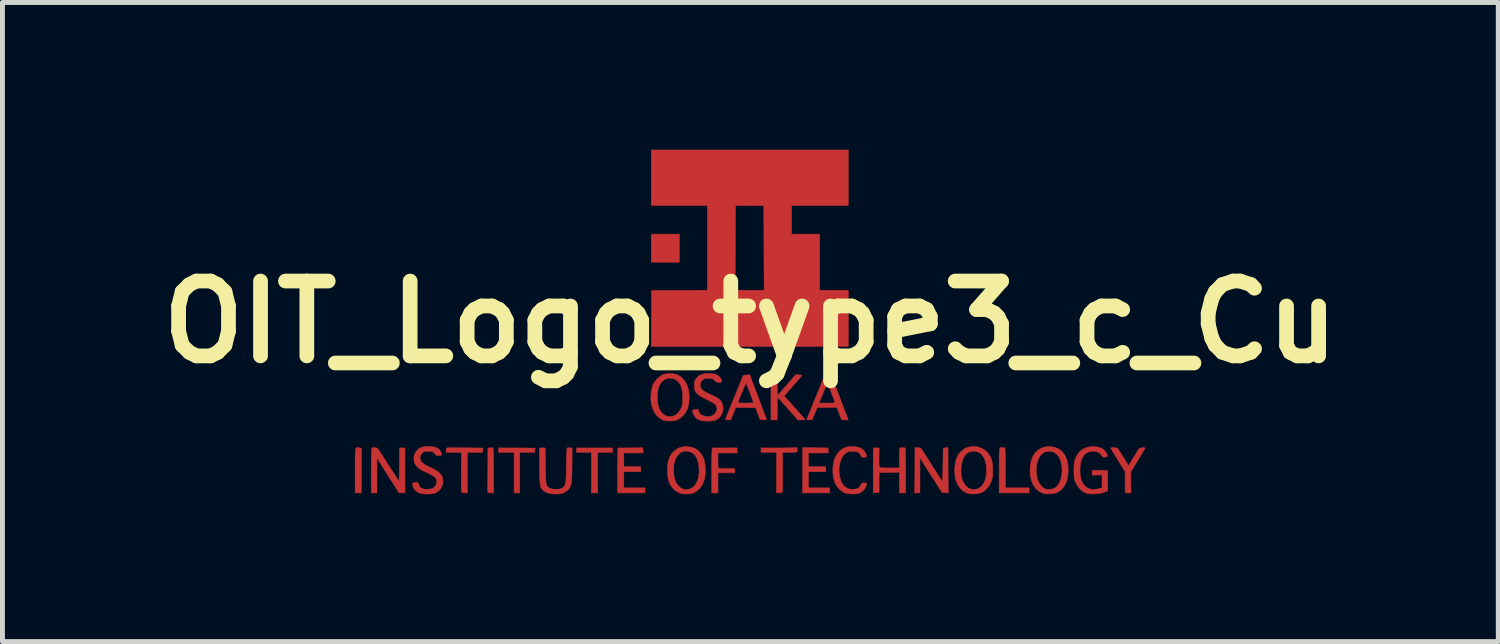
<source format=kicad_pcb>
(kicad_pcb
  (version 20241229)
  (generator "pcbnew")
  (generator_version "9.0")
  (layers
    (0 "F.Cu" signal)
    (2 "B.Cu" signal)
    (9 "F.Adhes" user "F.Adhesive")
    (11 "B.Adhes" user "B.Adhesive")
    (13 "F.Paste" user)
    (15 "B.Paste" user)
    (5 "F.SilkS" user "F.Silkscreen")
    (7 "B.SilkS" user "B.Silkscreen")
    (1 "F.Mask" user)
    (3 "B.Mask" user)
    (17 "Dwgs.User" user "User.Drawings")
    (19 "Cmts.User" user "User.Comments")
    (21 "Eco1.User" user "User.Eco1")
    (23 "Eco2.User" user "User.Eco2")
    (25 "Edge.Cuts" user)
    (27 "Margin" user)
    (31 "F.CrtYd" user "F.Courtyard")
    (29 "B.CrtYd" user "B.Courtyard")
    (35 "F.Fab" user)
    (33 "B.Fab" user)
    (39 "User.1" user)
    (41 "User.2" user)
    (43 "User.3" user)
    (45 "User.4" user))
  (footprint "OIT_Logo_type3_c_Cu"
    (layer "F.Cu")
    (at 12.236 3.51)
    (property "Reference" "OIT_Logo_type3_c_Cu" (at 0 0 0) (layer "F.SilkS") (effects (font (size 1.524 1.524) (thickness 0.3))))
    (attr through_hole)
    (fp_poly (pts (xy -1.448 -1.219) (xy -2.019 -1.219) (xy -2.019 -1.791) (xy -1.448 -1.791) (xy -1.448 -1.219)) (stroke (width 0.01) (type solid)) (fill yes) (layer "F.Cu"))
    (fp_poly (pts (xy -7.993 2.558) (xy -7.972 2.561) (xy -7.965 2.562) (xy -7.925 2.568) (xy -7.925 3.48) (xy -8.052 3.48) (xy -8.052 3.024) (xy -8.052 2.902) (xy -8.052 2.802) (xy -8.051 2.723) (xy -8.049 2.663) (xy -8.046 2.619) (xy -8.041 2.588) (xy -8.034 2.569) (xy -8.024 2.56) (xy -8.01 2.556) (xy -7.993 2.558)) (stroke (width 0.01) (type solid)) (fill yes) (layer "F.Cu"))
    (fp_poly (pts (xy -4.757 2.565) (xy -4.663 2.565) (xy -4.578 2.566) (xy -4.505 2.567) (xy -4.446 2.567) (xy -4.406 2.568) (xy -4.388 2.569) (xy -4.387 2.569) (xy -4.387 2.582) (xy -4.39 2.61) (xy -4.391 2.613) (xy -4.397 2.654) (xy -4.699 2.654) (xy -4.699 3.48) (xy -4.813 3.48) (xy -4.813 2.654) (xy -5.132 2.654) (xy -5.128 2.609) (xy -5.124 2.564) (xy -4.757 2.565)) (stroke (width 0.01) (type solid)) (fill yes) (layer "F.Cu"))
    (fp_poly (pts (xy -2.809 2.609) (xy -2.805 2.654) (xy -3.111 2.654) (xy -3.111 3.48) (xy -3.239 3.48) (xy -3.239 2.654) (xy -3.543 2.654) (xy -3.543 2.61) (xy -3.54 2.58) (xy -3.532 2.566) (xy -3.531 2.565) (xy -3.515 2.565) (xy -3.477 2.565) (xy -3.421 2.565) (xy -3.35 2.565) (xy -3.266 2.565) (xy -3.175 2.565) (xy -3.165 2.565) (xy -2.813 2.564) (xy -2.809 2.609)) (stroke (width 0.01) (type solid)) (fill yes) (layer "F.Cu"))
    (fp_poly (pts (xy -2.183 2.667) (xy -2.578 2.667) (xy -2.578 2.946) (xy -2.235 2.946) (xy -2.235 3.048) (xy -2.578 3.048) (xy -2.578 3.378) (xy -2.146 3.378) (xy -2.146 3.48) (xy -2.705 3.48) (xy -2.705 3.023) (xy -2.705 2.918) (xy -2.704 2.821) (xy -2.703 2.736) (xy -2.701 2.665) (xy -2.7 2.611) (xy -2.698 2.577) (xy -2.696 2.565) (xy -2.68 2.565) (xy -2.644 2.565) (xy -2.59 2.565) (xy -2.523 2.564) (xy -2.447 2.564) (xy -2.438 2.563) (xy -2.191 2.562) (xy -2.183 2.667)) (stroke (width 0.01) (type solid)) (fill yes) (layer "F.Cu"))
    (fp_poly (pts (xy 1.994 -2.375) (xy 0.838 -2.375) (xy 0.838 -1.791) (xy 1.41 -1.791) (xy 1.41 -0.648) (xy 1.994 -0.648) (xy 1.994 0.495) (xy -2.02 0.495) (xy -2.013 -0.641) (xy -0.922 -0.648) (xy -0.311 -0.648) (xy -0.016 -0.648) (xy 0.28 -0.648) (xy 0.276 -1.508) (xy 0.273 -2.369) (xy -0.016 -2.372) (xy -0.304 -2.375) (xy -0.308 -1.512) (xy -0.311 -0.648) (xy -0.922 -0.648) (xy -0.876 -0.648) (xy -0.876 -2.375) (xy -2.019 -2.375) (xy -2.019 -3.505) (xy 1.994 -3.505) (xy 1.994 -2.375)) (stroke (width 0.01) (type solid)) (fill yes) (layer "F.Cu"))
    (fp_poly (pts (xy 5.121 2.556) (xy 5.14 2.559) (xy 5.144 2.559) (xy 5.171 2.563) (xy 5.185 2.564) (xy 5.187 2.577) (xy 5.189 2.612) (xy 5.191 2.666) (xy 5.193 2.736) (xy 5.194 2.82) (xy 5.194 2.915) (xy 5.194 2.972) (xy 5.194 3.378) (xy 5.677 3.378) (xy 5.677 3.48) (xy 5.067 3.48) (xy 5.067 3.023) (xy 5.067 2.901) (xy 5.067 2.802) (xy 5.068 2.723) (xy 5.07 2.663) (xy 5.073 2.618) (xy 5.077 2.588) (xy 5.084 2.569) (xy 5.093 2.559) (xy 5.105 2.555) (xy 5.121 2.556)) (stroke (width 0.01) (type solid)) (fill yes) (layer "F.Cu"))
    (fp_poly (pts (xy -5.249 2.562) (xy -5.248 2.562) (xy -5.244 2.569) (xy -5.24 2.589) (xy -5.238 2.622) (xy -5.235 2.672) (xy -5.234 2.74) (xy -5.233 2.828) (xy -5.232 2.937) (xy -5.232 3.024) (xy -5.232 3.48) (xy -5.289 3.48) (xy -5.324 3.478) (xy -5.346 3.473) (xy -5.349 3.47) (xy -5.352 3.451) (xy -5.352 3.429) (xy -5.351 3.409) (xy -5.351 3.367) (xy -5.35 3.306) (xy -5.35 3.229) (xy -5.349 3.14) (xy -5.349 3.042) (xy -5.348 2.983) (xy -5.347 2.568) (xy -5.305 2.562) (xy -5.272 2.56) (xy -5.249 2.562)) (stroke (width 0.01) (type solid)) (fill yes) (layer "F.Cu"))
    (fp_poly (pts (xy -5.914 2.562) (xy -5.821 2.562) (xy -5.808 2.563) (xy -5.45 2.566) (xy -5.455 2.654) (xy -5.766 2.654) (xy -5.766 3.48) (xy -5.822 3.48) (xy -5.861 3.477) (xy -5.88 3.467) (xy -5.885 3.458) (xy -5.887 3.44) (xy -5.888 3.4) (xy -5.889 3.341) (xy -5.89 3.267) (xy -5.89 3.18) (xy -5.89 3.085) (xy -5.889 3.045) (xy -5.886 2.654) (xy -6.198 2.654) (xy -6.198 2.611) (xy -6.193 2.581) (xy -6.183 2.564) (xy -6.182 2.564) (xy -6.165 2.563) (xy -6.127 2.562) (xy -6.07 2.561) (xy -5.998 2.561) (xy -5.914 2.562)) (stroke (width 0.01) (type solid)) (fill yes) (layer "F.Cu"))
    (fp_poly (pts (xy 1.311 2.561) (xy 1.388 2.562) (xy 1.457 2.563) (xy 1.513 2.564) (xy 1.553 2.564) (xy 1.571 2.565) (xy 1.572 2.565) (xy 1.583 2.577) (xy 1.587 2.61) (xy 1.587 2.616) (xy 1.587 2.667) (xy 1.181 2.667) (xy 1.181 2.946) (xy 1.537 2.946) (xy 1.537 3.048) (xy 1.181 3.048) (xy 1.181 3.378) (xy 1.613 3.378) (xy 1.613 3.48) (xy 1.337 3.48) (xy 1.06 3.48) (xy 1.063 3.439) (xy 1.063 3.416) (xy 1.064 3.372) (xy 1.064 3.308) (xy 1.065 3.23) (xy 1.065 3.139) (xy 1.066 3.04) (xy 1.066 2.978) (xy 1.067 2.559) (xy 1.311 2.561)) (stroke (width 0.01) (type solid)) (fill yes) (layer "F.Cu"))
    (fp_poly (pts (xy 0.944 2.558) (xy 0.954 2.578) (xy 0.954 2.58) (xy 0.959 2.61) (xy 0.957 2.631) (xy 0.944 2.644) (xy 0.918 2.651) (xy 0.874 2.654) (xy 0.808 2.654) (xy 0.802 2.654) (xy 0.654 2.654) (xy 0.657 3.045) (xy 0.657 3.143) (xy 0.657 3.233) (xy 0.657 3.313) (xy 0.656 3.378) (xy 0.655 3.426) (xy 0.654 3.453) (xy 0.653 3.458) (xy 0.641 3.472) (xy 0.614 3.479) (xy 0.59 3.48) (xy 0.533 3.48) (xy 0.533 2.654) (xy 0.216 2.654) (xy 0.216 2.565) (xy 0.556 2.565) (xy 0.647 2.565) (xy 0.732 2.564) (xy 0.805 2.563) (xy 0.864 2.561) (xy 0.904 2.56) (xy 0.922 2.558) (xy 0.944 2.558)) (stroke (width 0.01) (type solid)) (fill yes) (layer "F.Cu"))
    (fp_poly (pts (xy -0.265 2.667) (xy -0.66 2.667) (xy -0.66 2.826) (xy -0.66 2.886) (xy -0.658 2.935) (xy -0.655 2.969) (xy -0.651 2.983) (xy -0.651 2.983) (xy -0.635 2.983) (xy -0.599 2.982) (xy -0.548 2.983) (xy -0.487 2.983) (xy -0.479 2.983) (xy -0.318 2.985) (xy -0.318 3.073) (xy -0.66 3.073) (xy -0.66 3.48) (xy -0.787 3.48) (xy -0.787 3.023) (xy -0.787 2.901) (xy -0.787 2.803) (xy -0.786 2.726) (xy -0.785 2.667) (xy -0.783 2.624) (xy -0.781 2.594) (xy -0.777 2.576) (xy -0.773 2.567) (xy -0.768 2.565) (xy -0.75 2.565) (xy -0.711 2.565) (xy -0.655 2.565) (xy -0.586 2.565) (xy -0.511 2.564) (xy -0.273 2.564) (xy -0.265 2.667)) (stroke (width 0.01) (type solid)) (fill yes) (layer "F.Cu"))
    (fp_poly (pts (xy 3.121 2.561) (xy 3.153 2.564) (xy 3.155 2.577) (xy 3.157 2.612) (xy 3.159 2.667) (xy 3.16 2.738) (xy 3.161 2.824) (xy 3.162 2.921) (xy 3.162 3.023) (xy 3.162 3.48) (xy 3.035 3.48) (xy 3.035 3.06) (xy 2.623 3.067) (xy 2.621 3.473) (xy 2.561 3.477) (xy 2.502 3.481) (xy 2.502 2.565) (xy 2.562 2.565) (xy 2.623 2.565) (xy 2.62 2.75) (xy 2.62 2.818) (xy 2.62 2.876) (xy 2.622 2.922) (xy 2.624 2.949) (xy 2.625 2.954) (xy 2.632 2.961) (xy 2.649 2.966) (xy 2.681 2.969) (xy 2.729 2.971) (xy 2.798 2.972) (xy 2.833 2.972) (xy 3.035 2.972) (xy 3.035 2.77) (xy 3.036 2.688) (xy 3.038 2.629) (xy 3.041 2.59) (xy 3.046 2.568) (xy 3.051 2.562) (xy 3.077 2.559) (xy 3.121 2.561)) (stroke (width 0.01) (type solid)) (fill yes) (layer "F.Cu"))
    (fp_poly (pts (xy -7.643 2.56) (xy -7.611 2.566) (xy -7.594 2.574) (xy -7.585 2.586) (xy -7.564 2.617) (xy -7.534 2.664) (xy -7.495 2.724) (xy -7.45 2.793) (xy -7.4 2.87) (xy -7.348 2.951) (xy -7.295 3.034) (xy -7.242 3.115) (xy -7.193 3.192) (xy -7.167 3.234) (xy -7.162 3.236) (xy -7.158 3.226) (xy -7.156 3.2) (xy -7.154 3.157) (xy -7.152 3.096) (xy -7.151 3.012) (xy -7.151 2.911) (xy -7.15 2.565) (xy -7.036 2.565) (xy -7.036 3.48) (xy -7.096 3.479) (xy -7.156 3.479) (xy -7.328 3.211) (xy -7.379 3.131) (xy -7.428 3.053) (xy -7.473 2.981) (xy -7.512 2.92) (xy -7.541 2.872) (xy -7.553 2.853) (xy -7.607 2.763) (xy -7.607 3.48) (xy -7.722 3.48) (xy -7.722 3.024) (xy -7.721 2.898) (xy -7.721 2.796) (xy -7.72 2.715) (xy -7.718 2.654) (xy -7.716 2.61) (xy -7.713 2.581) (xy -7.709 2.566) (xy -7.706 2.562) (xy -7.679 2.559) (xy -7.643 2.56)) (stroke (width 0.01) (type solid)) (fill yes) (layer "F.Cu"))
    (fp_poly (pts (xy 0.988 1.076) (xy 1.023 1.08) (xy 1.046 1.083) (xy 1.051 1.085) (xy 1.043 1.094) (xy 1.022 1.121) (xy 0.988 1.16) (xy 0.945 1.211) (xy 0.894 1.269) (xy 0.871 1.296) (xy 0.688 1.505) (xy 0.723 1.543) (xy 0.743 1.566) (xy 0.776 1.602) (xy 0.818 1.65) (xy 0.867 1.704) (xy 0.918 1.762) (xy 0.969 1.819) (xy 1.016 1.872) (xy 1.056 1.918) (xy 1.086 1.952) (xy 1.102 1.971) (xy 1.103 1.972) (xy 1.111 1.984) (xy 1.107 1.991) (xy 1.087 1.993) (xy 1.045 1.994) (xy 0.969 1.994) (xy 0.552 1.525) (xy 0.549 1.759) (xy 0.546 1.994) (xy 0.419 1.994) (xy 0.419 1.537) (xy 0.419 1.411) (xy 0.42 1.31) (xy 0.421 1.229) (xy 0.423 1.168) (xy 0.425 1.125) (xy 0.428 1.096) (xy 0.432 1.082) (xy 0.435 1.078) (xy 0.458 1.077) (xy 0.492 1.075) (xy 0.495 1.075) (xy 0.54 1.073) (xy 0.546 1.286) (xy 0.552 1.5) (xy 0.74 1.284) (xy 0.927 1.069) (xy 0.988 1.076)) (stroke (width 0.01) (type solid)) (fill yes) (layer "F.Cu"))
    (fp_poly (pts (xy 7.414 2.56) (xy 7.448 2.563) (xy 7.472 2.567) (xy 7.476 2.569) (xy 7.486 2.582) (xy 7.507 2.613) (xy 7.536 2.657) (xy 7.571 2.712) (xy 7.594 2.749) (xy 7.63 2.807) (xy 7.661 2.857) (xy 7.685 2.895) (xy 7.7 2.917) (xy 7.703 2.921) (xy 7.711 2.911) (xy 7.729 2.883) (xy 7.756 2.84) (xy 7.788 2.787) (xy 7.805 2.759) (xy 7.841 2.701) (xy 7.873 2.649) (xy 7.899 2.609) (xy 7.915 2.585) (xy 7.919 2.58) (xy 7.937 2.57) (xy 7.968 2.563) (xy 8.001 2.559) (xy 8.028 2.56) (xy 8.039 2.567) (xy 8.039 2.567) (xy 8.033 2.58) (xy 8.015 2.612) (xy 7.988 2.659) (xy 7.953 2.718) (xy 7.912 2.785) (xy 7.893 2.816) (xy 7.748 3.054) (xy 7.751 3.267) (xy 7.753 3.48) (xy 7.693 3.48) (xy 7.633 3.48) (xy 7.633 3.047) (xy 7.533 2.886) (xy 7.476 2.793) (xy 7.431 2.719) (xy 7.396 2.663) (xy 7.371 2.621) (xy 7.355 2.593) (xy 7.345 2.575) (xy 7.341 2.566) (xy 7.341 2.564) (xy 7.352 2.56) (xy 7.379 2.559) (xy 7.414 2.56)) (stroke (width 0.01) (type solid)) (fill yes) (layer "F.Cu"))
    (fp_poly (pts (xy -1.199 2.549) (xy -1.117 2.581) (xy -1.047 2.634) (xy -1.013 2.674) (xy -0.971 2.739) (xy -0.943 2.81) (xy -0.925 2.895) (xy -0.918 2.975) (xy -0.919 3.102) (xy -0.94 3.214) (xy -0.978 3.311) (xy -1.033 3.391) (xy -1.106 3.452) (xy -1.137 3.47) (xy -1.195 3.491) (xy -1.267 3.502) (xy -1.342 3.502) (xy -1.41 3.492) (xy -1.447 3.48) (xy -1.529 3.432) (xy -1.593 3.374) (xy -1.639 3.302) (xy -1.67 3.214) (xy -1.686 3.108) (xy -1.69 3.024) (xy -1.69 3.018) (xy -1.566 3.018) (xy -1.559 3.125) (xy -1.54 3.213) (xy -1.506 3.286) (xy -1.472 3.332) (xy -1.415 3.383) (xy -1.354 3.409) (xy -1.286 3.412) (xy -1.238 3.402) (xy -1.175 3.372) (xy -1.123 3.321) (xy -1.084 3.251) (xy -1.057 3.164) (xy -1.044 3.063) (xy -1.044 2.986) (xy -1.057 2.877) (xy -1.085 2.787) (xy -1.126 2.716) (xy -1.18 2.666) (xy -1.246 2.636) (xy -1.309 2.629) (xy -1.381 2.64) (xy -1.443 2.674) (xy -1.493 2.728) (xy -1.531 2.801) (xy -1.556 2.892) (xy -1.566 2.998) (xy -1.566 3.018) (xy -1.69 3.018) (xy -1.686 2.914) (xy -1.67 2.824) (xy -1.643 2.748) (xy -1.602 2.682) (xy -1.581 2.657) (xy -1.515 2.597) (xy -1.441 2.558) (xy -1.357 2.54) (xy -1.295 2.537) (xy -1.199 2.549)) (stroke (width 0.01) (type solid)) (fill yes) (layer "F.Cu"))
    (fp_poly (pts (xy 3.412 2.559) (xy 3.45 2.566) (xy 3.476 2.576) (xy 3.481 2.581) (xy 3.49 2.595) (xy 3.511 2.628) (xy 3.542 2.677) (xy 3.582 2.739) (xy 3.628 2.811) (xy 3.678 2.889) (xy 3.692 2.91) (xy 3.743 2.991) (xy 3.791 3.065) (xy 3.833 3.131) (xy 3.867 3.184) (xy 3.891 3.222) (xy 3.904 3.243) (xy 3.905 3.245) (xy 3.91 3.243) (xy 3.913 3.219) (xy 3.916 3.174) (xy 3.919 3.107) (xy 3.921 3.015) (xy 3.922 2.919) (xy 3.924 2.828) (xy 3.925 2.746) (xy 3.926 2.676) (xy 3.927 2.621) (xy 3.928 2.584) (xy 3.928 2.57) (xy 3.929 2.57) (xy 3.941 2.567) (xy 3.97 2.563) (xy 3.978 2.562) (xy 4.026 2.555) (xy 4.027 2.97) (xy 4.028 3.072) (xy 4.028 3.169) (xy 4.029 3.255) (xy 4.029 3.329) (xy 4.03 3.385) (xy 4.03 3.422) (xy 4.03 3.433) (xy 4.032 3.481) (xy 3.969 3.477) (xy 3.906 3.473) (xy 3.743 3.219) (xy 3.693 3.141) (xy 3.643 3.063) (xy 3.597 2.99) (xy 3.557 2.927) (xy 3.526 2.879) (xy 3.517 2.864) (xy 3.454 2.763) (xy 3.454 3.48) (xy 3.344 3.48) (xy 3.347 3.432) (xy 3.348 3.408) (xy 3.349 3.362) (xy 3.349 3.297) (xy 3.35 3.218) (xy 3.351 3.127) (xy 3.351 3.027) (xy 3.351 2.97) (xy 3.353 2.555) (xy 3.412 2.559)) (stroke (width 0.01) (type solid)) (fill yes) (layer "F.Cu"))
    (fp_poly (pts (xy 7.073 2.545) (xy 7.152 2.571) (xy 7.213 2.614) (xy 7.255 2.673) (xy 7.258 2.679) (xy 7.27 2.711) (xy 7.276 2.733) (xy 7.275 2.737) (xy 7.26 2.742) (xy 7.23 2.749) (xy 7.224 2.75) (xy 7.194 2.752) (xy 7.174 2.744) (xy 7.156 2.719) (xy 7.152 2.711) (xy 7.113 2.668) (xy 7.059 2.641) (xy 6.998 2.63) (xy 6.933 2.635) (xy 6.871 2.655) (xy 6.816 2.692) (xy 6.791 2.72) (xy 6.753 2.785) (xy 6.728 2.863) (xy 6.716 2.957) (xy 6.714 3.01) (xy 6.718 3.114) (xy 6.733 3.199) (xy 6.761 3.268) (xy 6.802 3.325) (xy 6.812 3.335) (xy 6.867 3.38) (xy 6.926 3.405) (xy 6.993 3.412) (xy 7.073 3.401) (xy 7.115 3.39) (xy 7.163 3.377) (xy 7.163 3.115) (xy 7.061 3.116) (xy 6.96 3.118) (xy 6.96 3.023) (xy 7.277 3.023) (xy 7.277 3.44) (xy 7.204 3.468) (xy 7.138 3.486) (xy 7.06 3.498) (xy 6.978 3.502) (xy 6.903 3.498) (xy 6.844 3.486) (xy 6.775 3.452) (xy 6.711 3.397) (xy 6.657 3.328) (xy 6.617 3.251) (xy 6.599 3.187) (xy 6.593 3.134) (xy 6.59 3.067) (xy 6.591 2.994) (xy 6.594 2.923) (xy 6.6 2.86) (xy 6.609 2.815) (xy 6.609 2.812) (xy 6.65 2.718) (xy 6.706 2.642) (xy 6.778 2.586) (xy 6.865 2.551) (xy 6.965 2.537) (xy 6.978 2.536) (xy 7.073 2.545)) (stroke (width 0.01) (type solid)) (fill yes) (layer "F.Cu"))
    (fp_poly (pts (xy 0.154 1.517) (xy 0.192 1.618) (xy 0.227 1.712) (xy 0.259 1.796) (xy 0.286 1.867) (xy 0.307 1.923) (xy 0.321 1.961) (xy 0.327 1.978) (xy 0.327 1.979) (xy 0.325 1.988) (xy 0.305 1.992) (xy 0.266 1.991) (xy 0.198 1.988) (xy 0.152 1.867) (xy 0.107 1.746) (xy -0.298 1.74) (xy -0.4 1.994) (xy -0.454 1.994) (xy -0.487 1.992) (xy -0.506 1.987) (xy -0.508 1.985) (xy -0.507 1.98) (xy -0.503 1.97) (xy -0.497 1.952) (xy -0.486 1.924) (xy -0.47 1.885) (xy -0.449 1.833) (xy -0.422 1.767) (xy -0.388 1.683) (xy -0.371 1.641) (xy -0.254 1.641) (xy -0.242 1.645) (xy -0.21 1.648) (xy -0.161 1.65) (xy -0.102 1.651) (xy -0.095 1.651) (xy -0.035 1.65) (xy 0.015 1.648) (xy 0.049 1.645) (xy 0.063 1.642) (xy 0.064 1.641) (xy 0.059 1.626) (xy 0.048 1.592) (xy 0.031 1.544) (xy 0.01 1.489) (xy -0.013 1.43) (xy -0.036 1.371) (xy -0.056 1.319) (xy -0.074 1.278) (xy -0.085 1.251) (xy -0.089 1.245) (xy -0.096 1.256) (xy -0.11 1.286) (xy -0.129 1.33) (xy -0.152 1.383) (xy -0.177 1.442) (xy -0.201 1.5) (xy -0.222 1.554) (xy -0.24 1.599) (xy -0.251 1.63) (xy -0.254 1.641) (xy -0.371 1.641) (xy -0.347 1.581) (xy -0.297 1.459) (xy -0.251 1.346) (xy -0.144 1.086) (xy -0.079 1.079) (xy -0.014 1.073) (xy 0.154 1.517)) (stroke (width 0.01) (type solid)) (fill yes) (layer "F.Cu"))
    (fp_poly (pts (xy 6.189 2.549) (xy 6.274 2.582) (xy 6.345 2.635) (xy 6.402 2.707) (xy 6.443 2.797) (xy 6.468 2.902) (xy 6.475 3.022) (xy 6.473 3.071) (xy 6.458 3.184) (xy 6.427 3.28) (xy 6.38 3.36) (xy 6.361 3.384) (xy 6.303 3.44) (xy 6.242 3.475) (xy 6.171 3.495) (xy 6.109 3.501) (xy 6.055 3.501) (xy 6.006 3.497) (xy 5.971 3.492) (xy 5.971 3.491) (xy 5.888 3.453) (xy 5.819 3.395) (xy 5.764 3.319) (xy 5.724 3.228) (xy 5.701 3.122) (xy 5.696 3.006) (xy 5.821 3.006) (xy 5.827 3.104) (xy 5.847 3.204) (xy 5.848 3.207) (xy 5.873 3.266) (xy 5.91 3.322) (xy 5.954 3.369) (xy 6 3.399) (xy 6.012 3.403) (xy 6.068 3.411) (xy 6.132 3.405) (xy 6.189 3.388) (xy 6.203 3.381) (xy 6.253 3.338) (xy 6.295 3.274) (xy 6.326 3.196) (xy 6.345 3.105) (xy 6.35 3.027) (xy 6.342 2.916) (xy 6.32 2.821) (xy 6.283 2.743) (xy 6.234 2.685) (xy 6.173 2.647) (xy 6.101 2.63) (xy 6.044 2.633) (xy 5.982 2.653) (xy 5.929 2.694) (xy 5.885 2.754) (xy 5.852 2.828) (xy 5.83 2.913) (xy 5.821 3.006) (xy 5.696 3.006) (xy 5.696 3.005) (xy 5.701 2.934) (xy 5.718 2.836) (xy 5.745 2.756) (xy 5.785 2.688) (xy 5.816 2.65) (xy 5.886 2.59) (xy 5.967 2.553) (xy 6.06 2.537) (xy 6.091 2.537) (xy 6.189 2.549)) (stroke (width 0.01) (type solid)) (fill yes) (layer "F.Cu"))
    (fp_poly (pts (xy -3.681 2.563) (xy -3.676 2.563) (xy -3.631 2.568) (xy -3.633 2.894) (xy -3.635 3.014) (xy -3.637 3.113) (xy -3.64 3.191) (xy -3.646 3.253) (xy -3.654 3.302) (xy -3.665 3.34) (xy -3.679 3.371) (xy -3.697 3.397) (xy -3.715 3.416) (xy -3.756 3.45) (xy -3.802 3.478) (xy -3.821 3.486) (xy -3.887 3.5) (xy -3.966 3.504) (xy -4.046 3.499) (xy -4.118 3.484) (xy -4.125 3.481) (xy -4.169 3.463) (xy -4.208 3.441) (xy -4.223 3.429) (xy -4.242 3.409) (xy -4.257 3.388) (xy -4.269 3.362) (xy -4.278 3.328) (xy -4.285 3.283) (xy -4.289 3.225) (xy -4.292 3.151) (xy -4.294 3.057) (xy -4.296 2.941) (xy -4.296 2.931) (xy -4.299 2.565) (xy -4.239 2.565) (xy -4.18 2.565) (xy -4.176 2.924) (xy -4.174 3.038) (xy -4.172 3.13) (xy -4.169 3.202) (xy -4.165 3.257) (xy -4.158 3.298) (xy -4.148 3.327) (xy -4.135 3.349) (xy -4.117 3.365) (xy -4.096 3.378) (xy -4.08 3.386) (xy -4.025 3.403) (xy -3.961 3.409) (xy -3.898 3.405) (xy -3.846 3.389) (xy -3.839 3.385) (xy -3.815 3.37) (xy -3.797 3.353) (xy -3.782 3.332) (xy -3.771 3.303) (xy -3.763 3.265) (xy -3.757 3.213) (xy -3.753 3.145) (xy -3.751 3.058) (xy -3.749 2.95) (xy -3.749 2.921) (xy -3.747 2.829) (xy -3.745 2.746) (xy -3.742 2.675) (xy -3.739 2.619) (xy -3.736 2.581) (xy -3.733 2.565) (xy -3.733 2.565) (xy -3.714 2.561) (xy -3.681 2.563)) (stroke (width 0.01) (type solid)) (fill yes) (layer "F.Cu"))
    (fp_poly (pts (xy 1.581 1.074) (xy 1.619 1.075) (xy 1.64 1.083) (xy 1.654 1.103) (xy 1.666 1.131) (xy 1.676 1.157) (xy 1.694 1.203) (xy 1.718 1.266) (xy 1.747 1.343) (xy 1.779 1.429) (xy 1.815 1.522) (xy 1.827 1.556) (xy 1.862 1.649) (xy 1.895 1.735) (xy 1.924 1.812) (xy 1.949 1.876) (xy 1.967 1.925) (xy 1.978 1.953) (xy 1.98 1.959) (xy 1.993 1.994) (xy 1.925 1.994) (xy 1.884 1.993) (xy 1.861 1.987) (xy 1.85 1.974) (xy 1.847 1.965) (xy 1.838 1.94) (xy 1.823 1.899) (xy 1.805 1.85) (xy 1.801 1.838) (xy 1.763 1.74) (xy 1.362 1.74) (xy 1.26 1.988) (xy 1.202 1.991) (xy 1.165 1.992) (xy 1.15 1.987) (xy 1.15 1.979) (xy 1.156 1.964) (xy 1.171 1.928) (xy 1.193 1.873) (xy 1.221 1.804) (xy 1.255 1.722) (xy 1.283 1.651) (xy 1.397 1.651) (xy 1.563 1.651) (xy 1.634 1.65) (xy 1.682 1.649) (xy 1.711 1.645) (xy 1.723 1.64) (xy 1.724 1.635) (xy 1.676 1.509) (xy 1.637 1.407) (xy 1.607 1.329) (xy 1.585 1.274) (xy 1.572 1.243) (xy 1.568 1.235) (xy 1.562 1.247) (xy 1.549 1.279) (xy 1.53 1.325) (xy 1.507 1.382) (xy 1.501 1.397) (xy 1.475 1.461) (xy 1.451 1.52) (xy 1.431 1.569) (xy 1.418 1.601) (xy 1.417 1.603) (xy 1.397 1.651) (xy 1.283 1.651) (xy 1.292 1.629) (xy 1.333 1.53) (xy 1.338 1.518) (xy 1.52 1.074) (xy 1.581 1.074)) (stroke (width 0.01) (type solid)) (fill yes) (layer "F.Cu"))
    (fp_poly (pts (xy 2.153 2.542) (xy 2.215 2.555) (xy 2.241 2.565) (xy 2.288 2.596) (xy 2.327 2.638) (xy 2.354 2.684) (xy 2.362 2.722) (xy 2.36 2.744) (xy 2.347 2.754) (xy 2.318 2.756) (xy 2.313 2.756) (xy 2.279 2.753) (xy 2.261 2.742) (xy 2.25 2.718) (xy 2.222 2.673) (xy 2.174 2.644) (xy 2.108 2.632) (xy 2.069 2.632) (xy 2.016 2.636) (xy 1.979 2.647) (xy 1.947 2.665) (xy 1.938 2.671) (xy 1.887 2.726) (xy 1.847 2.798) (xy 1.82 2.883) (xy 1.806 2.975) (xy 1.807 3.071) (xy 1.821 3.164) (xy 1.85 3.251) (xy 1.872 3.292) (xy 1.92 3.352) (xy 1.978 3.39) (xy 2.049 3.408) (xy 2.083 3.409) (xy 2.156 3.4) (xy 2.21 3.376) (xy 2.244 3.335) (xy 2.25 3.321) (xy 2.263 3.291) (xy 2.282 3.279) (xy 2.313 3.277) (xy 2.346 3.279) (xy 2.365 3.285) (xy 2.367 3.286) (xy 2.367 3.303) (xy 2.359 3.334) (xy 2.355 3.346) (xy 2.324 3.403) (xy 2.276 3.452) (xy 2.219 3.485) (xy 2.201 3.492) (xy 2.137 3.502) (xy 2.061 3.503) (xy 1.986 3.495) (xy 1.939 3.485) (xy 1.876 3.454) (xy 1.815 3.405) (xy 1.762 3.344) (xy 1.723 3.277) (xy 1.716 3.261) (xy 1.694 3.175) (xy 1.681 3.075) (xy 1.68 2.972) (xy 1.688 2.896) (xy 1.714 2.794) (xy 1.757 2.705) (xy 1.814 2.632) (xy 1.884 2.578) (xy 1.949 2.551) (xy 2.011 2.539) (xy 2.082 2.537) (xy 2.153 2.542)) (stroke (width 0.01) (type solid)) (fill yes) (layer "F.Cu"))
    (fp_poly (pts (xy 4.627 2.542) (xy 4.714 2.572) (xy 4.792 2.622) (xy 4.856 2.691) (xy 4.903 2.777) (xy 4.91 2.794) (xy 4.923 2.847) (xy 4.932 2.917) (xy 4.938 2.995) (xy 4.938 3.072) (xy 4.933 3.14) (xy 4.928 3.173) (xy 4.895 3.274) (xy 4.844 3.361) (xy 4.778 3.43) (xy 4.718 3.47) (xy 4.666 3.488) (xy 4.6 3.499) (xy 4.528 3.502) (xy 4.461 3.496) (xy 4.423 3.488) (xy 4.345 3.449) (xy 4.278 3.389) (xy 4.223 3.311) (xy 4.183 3.217) (xy 4.183 3.216) (xy 4.169 3.146) (xy 4.163 3.06) (xy 4.163 3.022) (xy 4.289 3.022) (xy 4.296 3.131) (xy 4.318 3.222) (xy 4.356 3.297) (xy 4.383 3.332) (xy 4.442 3.383) (xy 4.507 3.41) (xy 4.577 3.412) (xy 4.644 3.392) (xy 4.704 3.351) (xy 4.752 3.289) (xy 4.787 3.21) (xy 4.807 3.114) (xy 4.812 3.005) (xy 4.811 2.982) (xy 4.797 2.874) (xy 4.769 2.785) (xy 4.728 2.715) (xy 4.673 2.665) (xy 4.606 2.636) (xy 4.546 2.629) (xy 4.474 2.64) (xy 4.412 2.674) (xy 4.362 2.729) (xy 4.325 2.802) (xy 4.3 2.894) (xy 4.29 3.002) (xy 4.289 3.022) (xy 4.163 3.022) (xy 4.164 2.969) (xy 4.174 2.881) (xy 4.191 2.806) (xy 4.192 2.804) (xy 4.212 2.749) (xy 4.235 2.706) (xy 4.268 2.665) (xy 4.292 2.641) (xy 4.338 2.599) (xy 4.379 2.571) (xy 4.423 2.554) (xy 4.433 2.551) (xy 4.532 2.535) (xy 4.627 2.542)) (stroke (width 0.01) (type solid)) (fill yes) (layer "F.Cu"))
    (fp_poly (pts (xy -1.596 1.052) (xy -1.532 1.06) (xy -1.494 1.071) (xy -1.412 1.119) (xy -1.346 1.187) (xy -1.296 1.272) (xy -1.262 1.372) (xy -1.247 1.487) (xy -1.248 1.585) (xy -1.261 1.691) (xy -1.287 1.779) (xy -1.327 1.853) (xy -1.377 1.912) (xy -1.443 1.967) (xy -1.504 1.998) (xy -1.579 2.014) (xy -1.662 2.017) (xy -1.742 2.007) (xy -1.778 1.997) (xy -1.844 1.962) (xy -1.905 1.907) (xy -1.956 1.838) (xy -1.991 1.76) (xy -1.992 1.757) (xy -2.007 1.7) (xy -2.02 1.641) (xy -2.026 1.599) (xy -2.028 1.543) (xy -1.897 1.543) (xy -1.89 1.647) (xy -1.872 1.733) (xy -1.839 1.803) (xy -1.794 1.859) (xy -1.735 1.905) (xy -1.672 1.926) (xy -1.601 1.924) (xy -1.572 1.917) (xy -1.514 1.891) (xy -1.466 1.847) (xy -1.425 1.782) (xy -1.415 1.763) (xy -1.399 1.724) (xy -1.388 1.69) (xy -1.382 1.653) (xy -1.379 1.606) (xy -1.378 1.543) (xy -1.382 1.442) (xy -1.395 1.361) (xy -1.417 1.295) (xy -1.451 1.239) (xy -1.465 1.222) (xy -1.522 1.174) (xy -1.588 1.148) (xy -1.656 1.142) (xy -1.724 1.159) (xy -1.784 1.196) (xy -1.813 1.225) (xy -1.853 1.289) (xy -1.88 1.367) (xy -1.894 1.462) (xy -1.897 1.543) (xy -2.028 1.543) (xy -2.028 1.527) (xy -2.022 1.444) (xy -2.008 1.362) (xy -1.988 1.29) (xy -1.98 1.27) (xy -1.946 1.213) (xy -1.897 1.156) (xy -1.84 1.107) (xy -1.783 1.072) (xy -1.782 1.072) (xy -1.731 1.058) (xy -1.665 1.051) (xy -1.596 1.052)) (stroke (width 0.01) (type solid)) (fill yes) (layer "F.Cu"))
    (fp_poly (pts (xy -6.462 2.542) (xy -6.391 2.562) (xy -6.34 2.596) (xy -6.306 2.645) (xy -6.294 2.683) (xy -6.29 2.704) (xy -6.297 2.714) (xy -6.318 2.717) (xy -6.347 2.718) (xy -6.386 2.716) (xy -6.407 2.708) (xy -6.42 2.69) (xy -6.42 2.689) (xy -6.445 2.657) (xy -6.487 2.638) (xy -6.548 2.631) (xy -6.577 2.632) (xy -6.623 2.636) (xy -6.653 2.643) (xy -6.674 2.658) (xy -6.695 2.68) (xy -6.723 2.724) (xy -6.731 2.772) (xy -6.731 2.773) (xy -6.721 2.818) (xy -6.691 2.861) (xy -6.638 2.902) (xy -6.562 2.944) (xy -6.518 2.964) (xy -6.423 3.009) (xy -6.352 3.056) (xy -6.303 3.107) (xy -6.274 3.163) (xy -6.262 3.227) (xy -6.261 3.245) (xy -6.273 3.322) (xy -6.306 3.39) (xy -6.357 3.446) (xy -6.423 3.484) (xy -6.446 3.491) (xy -6.5 3.5) (xy -6.566 3.504) (xy -6.637 3.502) (xy -6.7 3.494) (xy -6.74 3.484) (xy -6.795 3.454) (xy -6.841 3.409) (xy -6.871 3.357) (xy -6.878 3.333) (xy -6.882 3.302) (xy -6.881 3.283) (xy -6.88 3.282) (xy -6.864 3.276) (xy -6.833 3.271) (xy -6.822 3.27) (xy -6.788 3.268) (xy -6.771 3.275) (xy -6.761 3.298) (xy -6.756 3.315) (xy -6.735 3.359) (xy -6.697 3.389) (xy -6.641 3.405) (xy -6.585 3.408) (xy -6.509 3.4) (xy -6.45 3.375) (xy -6.411 3.334) (xy -6.391 3.277) (xy -6.388 3.244) (xy -6.396 3.205) (xy -6.419 3.169) (xy -6.461 3.134) (xy -6.524 3.098) (xy -6.6 3.063) (xy -6.696 3.016) (xy -6.767 2.967) (xy -6.817 2.915) (xy -6.845 2.858) (xy -6.847 2.852) (xy -6.856 2.774) (xy -6.843 2.7) (xy -6.81 2.636) (xy -6.757 2.584) (xy -6.723 2.565) (xy -6.686 2.549) (xy -6.646 2.54) (xy -6.596 2.536) (xy -6.553 2.536) (xy -6.462 2.542)) (stroke (width 0.01) (type solid)) (fill yes) (layer "F.Cu"))
    (fp_poly (pts (xy -0.777 1.053) (xy -0.723 1.06) (xy -0.69 1.071) (xy -0.649 1.1) (xy -0.613 1.137) (xy -0.59 1.176) (xy -0.584 1.201) (xy -0.587 1.221) (xy -0.6 1.23) (xy -0.63 1.232) (xy -0.637 1.232) (xy -0.677 1.228) (xy -0.705 1.212) (xy -0.724 1.192) (xy -0.747 1.168) (xy -0.771 1.155) (xy -0.806 1.148) (xy -0.834 1.146) (xy -0.904 1.147) (xy -0.955 1.164) (xy -0.993 1.199) (xy -1.009 1.227) (xy -1.023 1.264) (xy -1.023 1.297) (xy -1.017 1.322) (xy -1.006 1.35) (xy -0.989 1.374) (xy -0.961 1.398) (xy -0.92 1.423) (xy -0.862 1.453) (xy -0.808 1.479) (xy -0.734 1.514) (xy -0.68 1.543) (xy -0.641 1.569) (xy -0.613 1.596) (xy -0.591 1.625) (xy -0.582 1.643) (xy -0.558 1.713) (xy -0.556 1.786) (xy -0.574 1.856) (xy -0.609 1.919) (xy -0.66 1.97) (xy -0.724 2.003) (xy -0.734 2.006) (xy -0.782 2.014) (xy -0.845 2.017) (xy -0.913 2.016) (xy -0.978 2.011) (xy -1.013 2.004) (xy -1.072 1.979) (xy -1.122 1.936) (xy -1.159 1.881) (xy -1.169 1.853) (xy -1.176 1.82) (xy -1.179 1.799) (xy -1.178 1.796) (xy -1.164 1.792) (xy -1.133 1.787) (xy -1.114 1.785) (xy -1.078 1.782) (xy -1.06 1.786) (xy -1.055 1.798) (xy -1.054 1.811) (xy -1.042 1.85) (xy -1.01 1.884) (xy -0.963 1.909) (xy -0.906 1.923) (xy -0.843 1.925) (xy -0.83 1.923) (xy -0.772 1.905) (xy -0.726 1.871) (xy -0.694 1.828) (xy -0.68 1.779) (xy -0.685 1.73) (xy -0.71 1.684) (xy -0.72 1.674) (xy -0.743 1.658) (xy -0.783 1.633) (xy -0.836 1.604) (xy -0.895 1.574) (xy -0.906 1.568) (xy -0.973 1.534) (xy -1.023 1.506) (xy -1.058 1.482) (xy -1.084 1.458) (xy -1.102 1.437) (xy -1.125 1.403) (xy -1.137 1.373) (xy -1.142 1.336) (xy -1.143 1.3) (xy -1.141 1.252) (xy -1.135 1.212) (xy -1.129 1.19) (xy -1.093 1.139) (xy -1.044 1.094) (xy -1.003 1.071) (xy -0.961 1.059) (xy -0.903 1.052) (xy -0.839 1.05) (xy -0.777 1.053)) (stroke (width 0.01) (type solid)) (fill yes) (layer "F.Cu")))
  (gr_rect
    (start -3 -3)
    (end 27.471 10.019)
    (stroke (width 0.1) (type default))
    (fill no)
    (layer "Edge.Cuts")))
</source>
